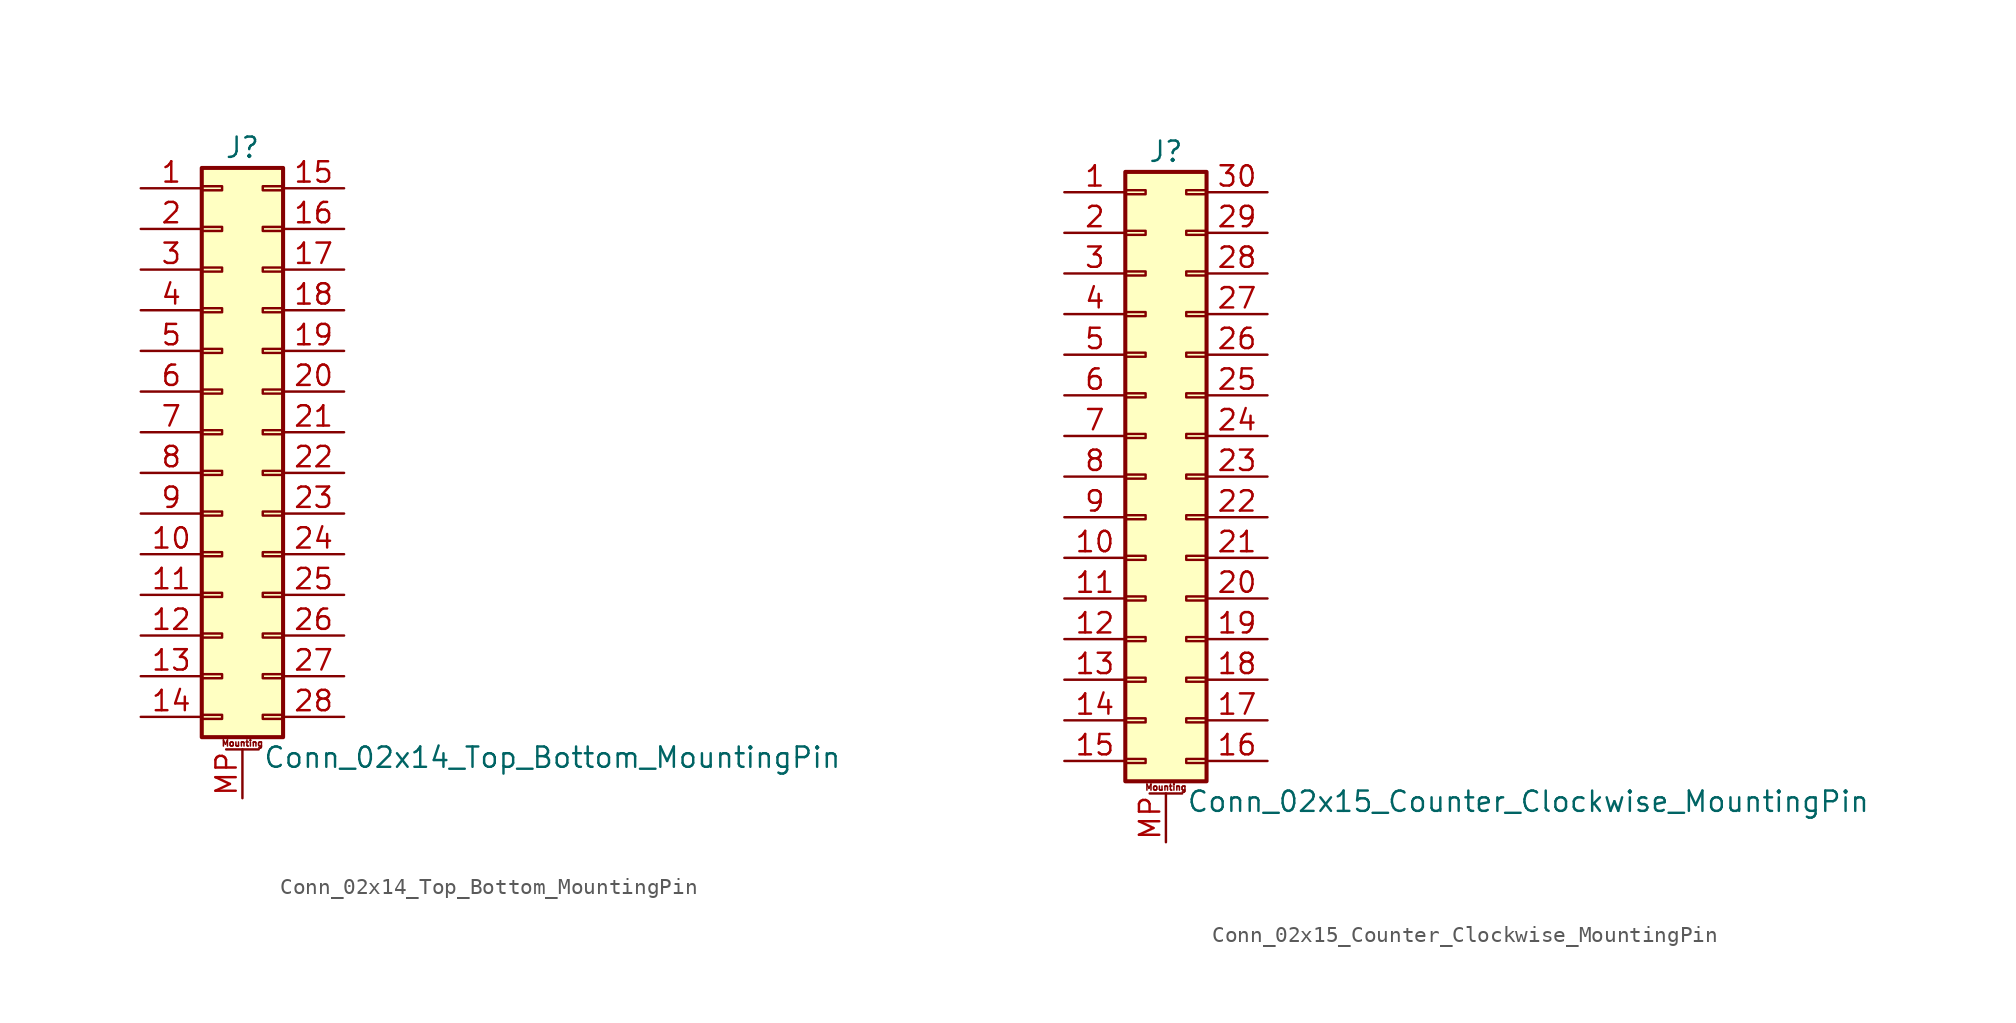
<source format=kicad_sym>
(kicad_symbol_lib
  (version 20201005)
  (generator kicad_symbol_editor)
  (symbol "Conn_02x14_Top_Bottom_MountingPin"
    (pin_names
      (offset 1.016) hide)
    (property "Reference" "J"
      (at 1.27 17.78 0)
      (effects (font (size 1.27 1.27))))
    (property "Value" "Conn_02x14_Top_Bottom_MountingPin"
      (at 2.54 -20.32 0)
      (effects (font (size 1.27 1.27)) (justify left)))
    (symbol "Conn_02x14_Top_Bottom_MountingPin_1_1"
      (text "Mounting" (at 1.27 -19.431 0) (effects (font (size 0.381 0.381))))
      (rectangle (start -1.27 -17.653) (end 0 -17.907) (stroke (width 0.152)) (fill (type none)))
      (rectangle (start -1.27 -15.113) (end 0 -15.367) (stroke (width 0.152)) (fill (type none)))
      (rectangle (start -1.27 -12.573) (end 0 -12.827) (stroke (width 0.152)) (fill (type none)))
      (rectangle (start -1.27 -10.033) (end 0 -10.287) (stroke (width 0.152)) (fill (type none)))
      (rectangle (start -1.27 -7.493) (end 0 -7.747) (stroke (width 0.152)) (fill (type none)))
      (rectangle (start -1.27 -4.953) (end 0 -5.207) (stroke (width 0.152)) (fill (type none)))
      (rectangle (start -1.27 -2.413) (end 0 -2.667) (stroke (width 0.152)) (fill (type none)))
      (rectangle (start -1.27 0.127) (end 0 -0.127) (stroke (width 0.152)) (fill (type none)))
      (rectangle (start -1.27 2.667) (end 0 2.413) (stroke (width 0.152)) (fill (type none)))
      (rectangle (start -1.27 5.207) (end 0 4.953) (stroke (width 0.152)) (fill (type none)))
      (rectangle (start -1.27 7.747) (end 0 7.493) (stroke (width 0.152)) (fill (type none)))
      (rectangle (start -1.27 10.287) (end 0 10.033) (stroke (width 0.152)) (fill (type none)))
      (rectangle (start -1.27 12.827) (end 0 12.573) (stroke (width 0.152)) (fill (type none)))
      (rectangle (start -1.27 15.367) (end 0 15.113) (stroke (width 0.152)) (fill (type none)))
      (rectangle (start -1.27 16.51) (end 3.81 -19.05) (stroke (width 0.254)) (fill (type background)))
      (rectangle (start 3.81 -17.653) (end 2.54 -17.907) (stroke (width 0.152)) (fill (type none)))
      (rectangle (start 3.81 -15.113) (end 2.54 -15.367) (stroke (width 0.152)) (fill (type none)))
      (rectangle (start 3.81 -12.573) (end 2.54 -12.827) (stroke (width 0.152)) (fill (type none)))
      (rectangle (start 3.81 -10.033) (end 2.54 -10.287) (stroke (width 0.152)) (fill (type none)))
      (rectangle (start 3.81 -7.493) (end 2.54 -7.747) (stroke (width 0.152)) (fill (type none)))
      (rectangle (start 3.81 -4.953) (end 2.54 -5.207) (stroke (width 0.152)) (fill (type none)))
      (rectangle (start 3.81 -2.413) (end 2.54 -2.667) (stroke (width 0.152)) (fill (type none)))
      (rectangle (start 3.81 0.127) (end 2.54 -0.127) (stroke (width 0.152)) (fill (type none)))
      (rectangle (start 3.81 2.667) (end 2.54 2.413) (stroke (width 0.152)) (fill (type none)))
      (rectangle (start 3.81 5.207) (end 2.54 4.953) (stroke (width 0.152)) (fill (type none)))
      (rectangle (start 3.81 7.747) (end 2.54 7.493) (stroke (width 0.152)) (fill (type none)))
      (rectangle (start 3.81 10.287) (end 2.54 10.033) (stroke (width 0.152)) (fill (type none)))
      (rectangle (start 3.81 12.827) (end 2.54 12.573) (stroke (width 0.152)) (fill (type none)))
      (rectangle (start 3.81 15.367) (end 2.54 15.113) (stroke (width 0.152)) (fill (type none)))
      (polyline (pts (xy 0.254 -19.812) (xy 2.286 -19.812)) (stroke (width 0.152)) (fill (type none)))
      (pin passive line (at -5.08 15.24 0) (length 3.81) (name "Pin_1" (effects (font (size 1.27 1.27)))) (number "1" (effects (font (size 1.27 1.27)))))
      (pin passive line (at -5.08 -7.62 0) (length 3.81) (name "Pin_10" (effects (font (size 1.27 1.27)))) (number "10" (effects (font (size 1.27 1.27)))))
      (pin passive line (at -5.08 -10.16 0) (length 3.81) (name "Pin_11" (effects (font (size 1.27 1.27)))) (number "11" (effects (font (size 1.27 1.27)))))
      (pin passive line (at -5.08 -12.7 0) (length 3.81) (name "Pin_12" (effects (font (size 1.27 1.27)))) (number "12" (effects (font (size 1.27 1.27)))))
      (pin passive line (at -5.08 -15.24 0) (length 3.81) (name "Pin_13" (effects (font (size 1.27 1.27)))) (number "13" (effects (font (size 1.27 1.27)))))
      (pin passive line (at -5.08 -17.78 0) (length 3.81) (name "Pin_14" (effects (font (size 1.27 1.27)))) (number "14" (effects (font (size 1.27 1.27)))))
      (pin passive line (at 7.62 15.24 180) (length 3.81) (name "Pin_15" (effects (font (size 1.27 1.27)))) (number "15" (effects (font (size 1.27 1.27)))))
      (pin passive line (at 7.62 12.7 180) (length 3.81) (name "Pin_16" (effects (font (size 1.27 1.27)))) (number "16" (effects (font (size 1.27 1.27)))))
      (pin passive line (at 7.62 10.16 180) (length 3.81) (name "Pin_17" (effects (font (size 1.27 1.27)))) (number "17" (effects (font (size 1.27 1.27)))))
      (pin passive line (at 7.62 7.62 180) (length 3.81) (name "Pin_18" (effects (font (size 1.27 1.27)))) (number "18" (effects (font (size 1.27 1.27)))))
      (pin passive line (at 7.62 5.08 180) (length 3.81) (name "Pin_19" (effects (font (size 1.27 1.27)))) (number "19" (effects (font (size 1.27 1.27)))))
      (pin passive line (at -5.08 12.7 0) (length 3.81) (name "Pin_2" (effects (font (size 1.27 1.27)))) (number "2" (effects (font (size 1.27 1.27)))))
      (pin passive line (at 7.62 2.54 180) (length 3.81) (name "Pin_20" (effects (font (size 1.27 1.27)))) (number "20" (effects (font (size 1.27 1.27)))))
      (pin passive line (at 7.62 0 180) (length 3.81) (name "Pin_21" (effects (font (size 1.27 1.27)))) (number "21" (effects (font (size 1.27 1.27)))))
      (pin passive line (at 7.62 -2.54 180) (length 3.81) (name "Pin_22" (effects (font (size 1.27 1.27)))) (number "22" (effects (font (size 1.27 1.27)))))
      (pin passive line (at 7.62 -5.08 180) (length 3.81) (name "Pin_23" (effects (font (size 1.27 1.27)))) (number "23" (effects (font (size 1.27 1.27)))))
      (pin passive line (at 7.62 -7.62 180) (length 3.81) (name "Pin_24" (effects (font (size 1.27 1.27)))) (number "24" (effects (font (size 1.27 1.27)))))
      (pin passive line (at 7.62 -10.16 180) (length 3.81) (name "Pin_25" (effects (font (size 1.27 1.27)))) (number "25" (effects (font (size 1.27 1.27)))))
      (pin passive line (at 7.62 -12.7 180) (length 3.81) (name "Pin_26" (effects (font (size 1.27 1.27)))) (number "26" (effects (font (size 1.27 1.27)))))
      (pin passive line (at 7.62 -15.24 180) (length 3.81) (name "Pin_27" (effects (font (size 1.27 1.27)))) (number "27" (effects (font (size 1.27 1.27)))))
      (pin passive line (at 7.62 -17.78 180) (length 3.81) (name "Pin_28" (effects (font (size 1.27 1.27)))) (number "28" (effects (font (size 1.27 1.27)))))
      (pin passive line (at -5.08 10.16 0) (length 3.81) (name "Pin_3" (effects (font (size 1.27 1.27)))) (number "3" (effects (font (size 1.27 1.27)))))
      (pin passive line (at -5.08 7.62 0) (length 3.81) (name "Pin_4" (effects (font (size 1.27 1.27)))) (number "4" (effects (font (size 1.27 1.27)))))
      (pin passive line (at -5.08 5.08 0) (length 3.81) (name "Pin_5" (effects (font (size 1.27 1.27)))) (number "5" (effects (font (size 1.27 1.27)))))
      (pin passive line (at -5.08 2.54 0) (length 3.81) (name "Pin_6" (effects (font (size 1.27 1.27)))) (number "6" (effects (font (size 1.27 1.27)))))
      (pin passive line (at -5.08 0 0) (length 3.81) (name "Pin_7" (effects (font (size 1.27 1.27)))) (number "7" (effects (font (size 1.27 1.27)))))
      (pin passive line (at -5.08 -2.54 0) (length 3.81) (name "Pin_8" (effects (font (size 1.27 1.27)))) (number "8" (effects (font (size 1.27 1.27)))))
      (pin passive line (at -5.08 -5.08 0) (length 3.81) (name "Pin_9" (effects (font (size 1.27 1.27)))) (number "9" (effects (font (size 1.27 1.27)))))
      (pin passive line (at 1.27 -22.86 90) (length 3.048) (name "MountPin" (effects (font (size 1.27 1.27)))) (number "MP" (effects (font (size 1.27 1.27)))))))
  (symbol "Conn_02x15_Counter_Clockwise_MountingPin"
    (pin_names
      (offset 1.016) hide)
    (property "Reference" "J"
      (at 1.27 20.32 0)
      (effects (font (size 1.27 1.27))))
    (property "Value" "Conn_02x15_Counter_Clockwise_MountingPin"
      (at 2.54 -20.32 0)
      (effects (font (size 1.27 1.27)) (justify left)))
    (symbol "Conn_02x15_Counter_Clockwise_MountingPin_1_1"
      (text "Mounting" (at 1.27 -19.431 0) (effects (font (size 0.381 0.381))))
      (rectangle (start -1.27 -17.653) (end 0 -17.907) (stroke (width 0.152)) (fill (type none)))
      (rectangle (start -1.27 -15.113) (end 0 -15.367) (stroke (width 0.152)) (fill (type none)))
      (rectangle (start -1.27 -12.573) (end 0 -12.827) (stroke (width 0.152)) (fill (type none)))
      (rectangle (start -1.27 -10.033) (end 0 -10.287) (stroke (width 0.152)) (fill (type none)))
      (rectangle (start -1.27 -7.493) (end 0 -7.747) (stroke (width 0.152)) (fill (type none)))
      (rectangle (start -1.27 -4.953) (end 0 -5.207) (stroke (width 0.152)) (fill (type none)))
      (rectangle (start -1.27 -2.413) (end 0 -2.667) (stroke (width 0.152)) (fill (type none)))
      (rectangle (start -1.27 0.127) (end 0 -0.127) (stroke (width 0.152)) (fill (type none)))
      (rectangle (start -1.27 2.667) (end 0 2.413) (stroke (width 0.152)) (fill (type none)))
      (rectangle (start -1.27 5.207) (end 0 4.953) (stroke (width 0.152)) (fill (type none)))
      (rectangle (start -1.27 7.747) (end 0 7.493) (stroke (width 0.152)) (fill (type none)))
      (rectangle (start -1.27 10.287) (end 0 10.033) (stroke (width 0.152)) (fill (type none)))
      (rectangle (start -1.27 12.827) (end 0 12.573) (stroke (width 0.152)) (fill (type none)))
      (rectangle (start -1.27 15.367) (end 0 15.113) (stroke (width 0.152)) (fill (type none)))
      (rectangle (start -1.27 17.907) (end 0 17.653) (stroke (width 0.152)) (fill (type none)))
      (rectangle (start -1.27 19.05) (end 3.81 -19.05) (stroke (width 0.254)) (fill (type background)))
      (rectangle (start 3.81 -17.653) (end 2.54 -17.907) (stroke (width 0.152)) (fill (type none)))
      (rectangle (start 3.81 -15.113) (end 2.54 -15.367) (stroke (width 0.152)) (fill (type none)))
      (rectangle (start 3.81 -12.573) (end 2.54 -12.827) (stroke (width 0.152)) (fill (type none)))
      (rectangle (start 3.81 -10.033) (end 2.54 -10.287) (stroke (width 0.152)) (fill (type none)))
      (rectangle (start 3.81 -7.493) (end 2.54 -7.747) (stroke (width 0.152)) (fill (type none)))
      (rectangle (start 3.81 -4.953) (end 2.54 -5.207) (stroke (width 0.152)) (fill (type none)))
      (rectangle (start 3.81 -2.413) (end 2.54 -2.667) (stroke (width 0.152)) (fill (type none)))
      (rectangle (start 3.81 0.127) (end 2.54 -0.127) (stroke (width 0.152)) (fill (type none)))
      (rectangle (start 3.81 2.667) (end 2.54 2.413) (stroke (width 0.152)) (fill (type none)))
      (rectangle (start 3.81 5.207) (end 2.54 4.953) (stroke (width 0.152)) (fill (type none)))
      (rectangle (start 3.81 7.747) (end 2.54 7.493) (stroke (width 0.152)) (fill (type none)))
      (rectangle (start 3.81 10.287) (end 2.54 10.033) (stroke (width 0.152)) (fill (type none)))
      (rectangle (start 3.81 12.827) (end 2.54 12.573) (stroke (width 0.152)) (fill (type none)))
      (rectangle (start 3.81 15.367) (end 2.54 15.113) (stroke (width 0.152)) (fill (type none)))
      (rectangle (start 3.81 17.907) (end 2.54 17.653) (stroke (width 0.152)) (fill (type none)))
      (polyline (pts (xy 0.254 -19.812) (xy 2.286 -19.812)) (stroke (width 0.152)) (fill (type none)))
      (pin passive line (at -5.08 17.78 0) (length 3.81) (name "Pin_1" (effects (font (size 1.27 1.27)))) (number "1" (effects (font (size 1.27 1.27)))))
      (pin passive line (at -5.08 -5.08 0) (length 3.81) (name "Pin_10" (effects (font (size 1.27 1.27)))) (number "10" (effects (font (size 1.27 1.27)))))
      (pin passive line (at -5.08 -7.62 0) (length 3.81) (name "Pin_11" (effects (font (size 1.27 1.27)))) (number "11" (effects (font (size 1.27 1.27)))))
      (pin passive line (at -5.08 -10.16 0) (length 3.81) (name "Pin_12" (effects (font (size 1.27 1.27)))) (number "12" (effects (font (size 1.27 1.27)))))
      (pin passive line (at -5.08 -12.7 0) (length 3.81) (name "Pin_13" (effects (font (size 1.27 1.27)))) (number "13" (effects (font (size 1.27 1.27)))))
      (pin passive line (at -5.08 -15.24 0) (length 3.81) (name "Pin_14" (effects (font (size 1.27 1.27)))) (number "14" (effects (font (size 1.27 1.27)))))
      (pin passive line (at -5.08 -17.78 0) (length 3.81) (name "Pin_15" (effects (font (size 1.27 1.27)))) (number "15" (effects (font (size 1.27 1.27)))))
      (pin passive line (at 7.62 -17.78 180) (length 3.81) (name "Pin_16" (effects (font (size 1.27 1.27)))) (number "16" (effects (font (size 1.27 1.27)))))
      (pin passive line (at 7.62 -15.24 180) (length 3.81) (name "Pin_17" (effects (font (size 1.27 1.27)))) (number "17" (effects (font (size 1.27 1.27)))))
      (pin passive line (at 7.62 -12.7 180) (length 3.81) (name "Pin_18" (effects (font (size 1.27 1.27)))) (number "18" (effects (font (size 1.27 1.27)))))
      (pin passive line (at 7.62 -10.16 180) (length 3.81) (name "Pin_19" (effects (font (size 1.27 1.27)))) (number "19" (effects (font (size 1.27 1.27)))))
      (pin passive line (at -5.08 15.24 0) (length 3.81) (name "Pin_2" (effects (font (size 1.27 1.27)))) (number "2" (effects (font (size 1.27 1.27)))))
      (pin passive line (at 7.62 -7.62 180) (length 3.81) (name "Pin_20" (effects (font (size 1.27 1.27)))) (number "20" (effects (font (size 1.27 1.27)))))
      (pin passive line (at 7.62 -5.08 180) (length 3.81) (name "Pin_21" (effects (font (size 1.27 1.27)))) (number "21" (effects (font (size 1.27 1.27)))))
      (pin passive line (at 7.62 -2.54 180) (length 3.81) (name "Pin_22" (effects (font (size 1.27 1.27)))) (number "22" (effects (font (size 1.27 1.27)))))
      (pin passive line (at 7.62 0 180) (length 3.81) (name "Pin_23" (effects (font (size 1.27 1.27)))) (number "23" (effects (font (size 1.27 1.27)))))
      (pin passive line (at 7.62 2.54 180) (length 3.81) (name "Pin_24" (effects (font (size 1.27 1.27)))) (number "24" (effects (font (size 1.27 1.27)))))
      (pin passive line (at 7.62 5.08 180) (length 3.81) (name "Pin_25" (effects (font (size 1.27 1.27)))) (number "25" (effects (font (size 1.27 1.27)))))
      (pin passive line (at 7.62 7.62 180) (length 3.81) (name "Pin_26" (effects (font (size 1.27 1.27)))) (number "26" (effects (font (size 1.27 1.27)))))
      (pin passive line (at 7.62 10.16 180) (length 3.81) (name "Pin_27" (effects (font (size 1.27 1.27)))) (number "27" (effects (font (size 1.27 1.27)))))
      (pin passive line (at 7.62 12.7 180) (length 3.81) (name "Pin_28" (effects (font (size 1.27 1.27)))) (number "28" (effects (font (size 1.27 1.27)))))
      (pin passive line (at 7.62 15.24 180) (length 3.81) (name "Pin_29" (effects (font (size 1.27 1.27)))) (number "29" (effects (font (size 1.27 1.27)))))
      (pin passive line (at -5.08 12.7 0) (length 3.81) (name "Pin_3" (effects (font (size 1.27 1.27)))) (number "3" (effects (font (size 1.27 1.27)))))
      (pin passive line (at 7.62 17.78 180) (length 3.81) (name "Pin_30" (effects (font (size 1.27 1.27)))) (number "30" (effects (font (size 1.27 1.27)))))
      (pin passive line (at -5.08 10.16 0) (length 3.81) (name "Pin_4" (effects (font (size 1.27 1.27)))) (number "4" (effects (font (size 1.27 1.27)))))
      (pin passive line (at -5.08 7.62 0) (length 3.81) (name "Pin_5" (effects (font (size 1.27 1.27)))) (number "5" (effects (font (size 1.27 1.27)))))
      (pin passive line (at -5.08 5.08 0) (length 3.81) (name "Pin_6" (effects (font (size 1.27 1.27)))) (number "6" (effects (font (size 1.27 1.27)))))
      (pin passive line (at -5.08 2.54 0) (length 3.81) (name "Pin_7" (effects (font (size 1.27 1.27)))) (number "7" (effects (font (size 1.27 1.27)))))
      (pin passive line (at -5.08 0 0) (length 3.81) (name "Pin_8" (effects (font (size 1.27 1.27)))) (number "8" (effects (font (size 1.27 1.27)))))
      (pin passive line (at -5.08 -2.54 0) (length 3.81) (name "Pin_9" (effects (font (size 1.27 1.27)))) (number "9" (effects (font (size 1.27 1.27)))))
      (pin passive line (at 1.27 -22.86 90) (length 3.048) (name "MountPin" (effects (font (size 1.27 1.27)))) (number "MP" (effects (font (size 1.27 1.27))))))))
</source>
